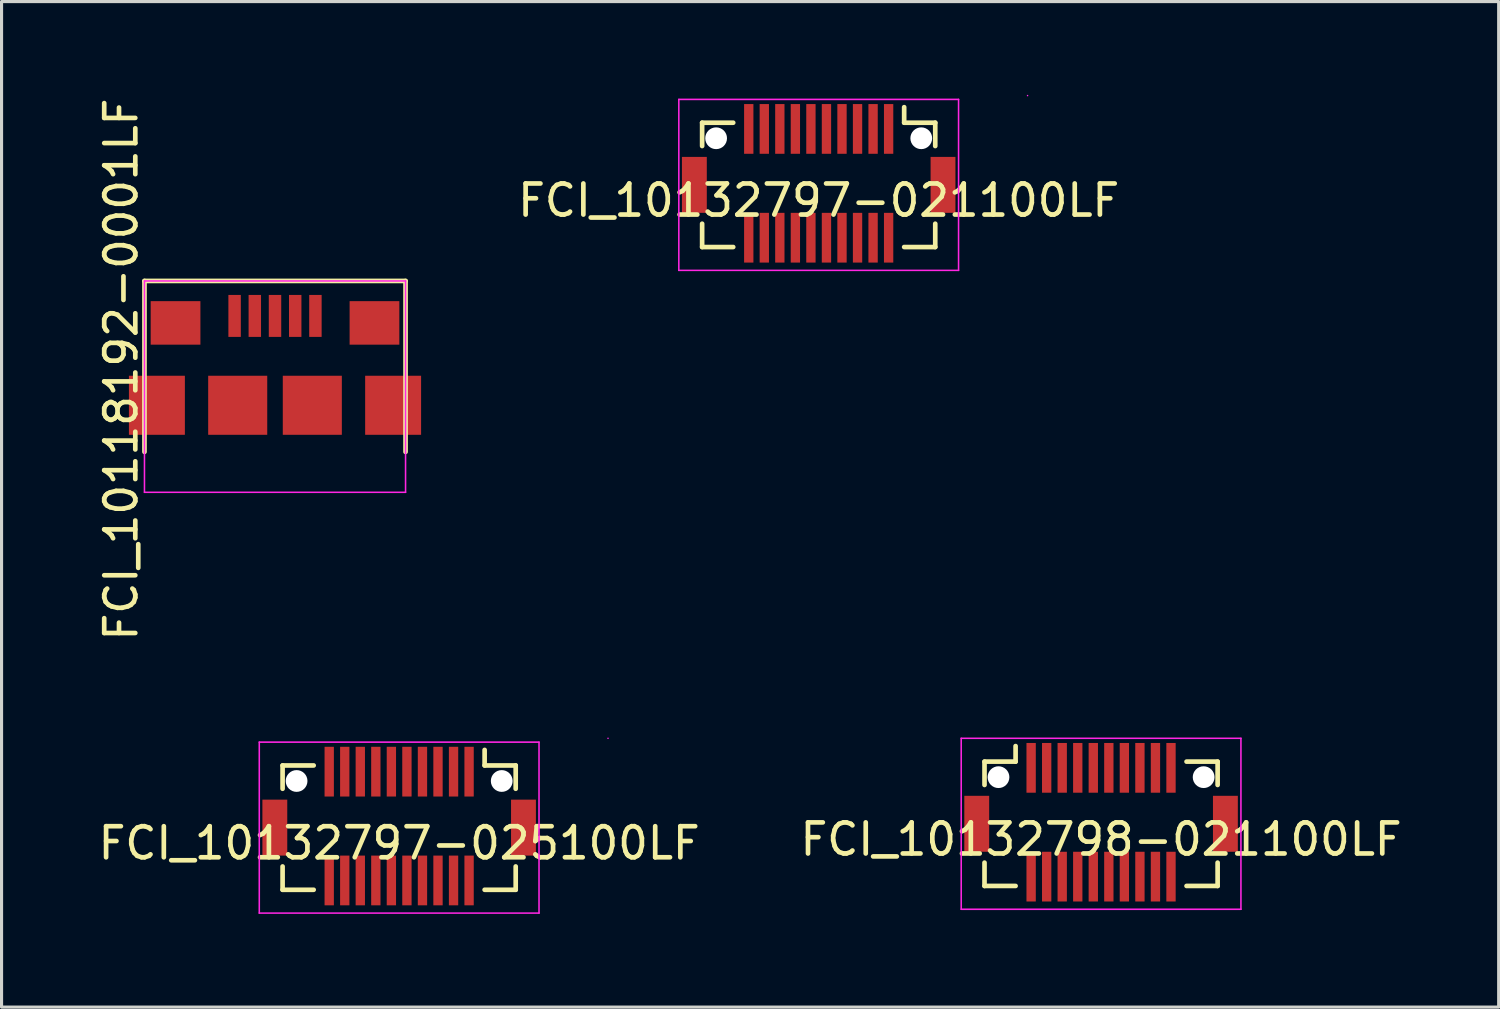
<source format=kicad_pcb>
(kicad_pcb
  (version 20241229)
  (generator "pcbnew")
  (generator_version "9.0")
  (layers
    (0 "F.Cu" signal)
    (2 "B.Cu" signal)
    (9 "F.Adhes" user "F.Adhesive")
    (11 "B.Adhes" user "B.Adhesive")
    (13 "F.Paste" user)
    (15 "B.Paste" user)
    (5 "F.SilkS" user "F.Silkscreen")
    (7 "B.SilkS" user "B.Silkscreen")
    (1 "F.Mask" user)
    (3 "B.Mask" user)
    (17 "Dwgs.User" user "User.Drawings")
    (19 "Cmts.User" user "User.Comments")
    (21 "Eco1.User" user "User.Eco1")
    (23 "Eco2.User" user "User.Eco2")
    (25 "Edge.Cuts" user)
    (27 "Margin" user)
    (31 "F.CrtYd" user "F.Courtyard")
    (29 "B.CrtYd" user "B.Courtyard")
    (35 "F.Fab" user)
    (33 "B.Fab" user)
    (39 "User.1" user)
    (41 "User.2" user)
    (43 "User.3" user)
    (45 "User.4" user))
  (footprint "FCI_10132797-021100LF"
    (layer "F.Cu")
    (at 23.29 2.898)
    (property "Reference" "FCI_10132797-021100LF" (at 0 0.5 0) (layer "F.SilkS") (effects (font (size 1 1) (thickness 0.15))))
    (attr through_hole)
    (fp_line (start -3.75 -2) (end -2.75 -2) (stroke (width 0.15) (type solid)) (layer "F.SilkS"))
    (fp_line (start -3.75 -1.25) (end -3.75 -2) (stroke (width 0.15) (type solid)) (layer "F.SilkS"))
    (fp_line (start -3.75 2) (end -3.75 1.25) (stroke (width 0.15) (type solid)) (layer "F.SilkS"))
    (fp_line (start -2.75 2) (end -3.75 2) (stroke (width 0.15) (type solid)) (layer "F.SilkS"))
    (fp_line (start 2.75 -2) (end 2.75 -2.5) (stroke (width 0.15) (type solid)) (layer "F.SilkS"))
    (fp_line (start 2.75 -2) (end 3.75 -2) (stroke (width 0.15) (type solid)) (layer "F.SilkS"))
    (fp_line (start 2.75 2) (end 3.75 2) (stroke (width 0.15) (type solid)) (layer "F.SilkS"))
    (fp_line (start 3.75 -2) (end 3.75 -1.25) (stroke (width 0.15) (type solid)) (layer "F.SilkS"))
    (fp_line (start 3.75 2) (end 3.75 1.25) (stroke (width 0.15) (type solid)) (layer "F.SilkS"))
    (fp_line (start -4.5 -2.75) (end 4.5 -2.75) (stroke (width 0.05) (type solid)) (layer "F.CrtYd"))
    (fp_line (start -4.5 2.75) (end -4.5 -2.75) (stroke (width 0.05) (type solid)) (layer "F.CrtYd"))
    (fp_line (start 4.5 -2.75) (end 4.5 2.75) (stroke (width 0.05) (type solid)) (layer "F.CrtYd"))
    (fp_line (start 4.5 2.75) (end -4.5 2.75) (stroke (width 0.05) (type solid)) (layer "F.CrtYd"))
    (fp_line (start 6.72 -2.873) (end 6.72 -2.873) (stroke (width 0.05) (type solid)) (layer "F.CrtYd"))
    (pad "" smd rect (at -4 0) (size 0.8 1.8) (layers "F.Cu" "F.Mask" "F.Paste"))
    (pad "" np_thru_hole circle (at -3.3 -1.5) (size 0.7 0.7) (drill 0.7) (layers "*.Cu" "*.Mask"))
    (pad "" np_thru_hole circle (at 3.3 -1.5) (size 0.7 0.7) (drill 0.7) (layers "*.Cu" "*.Mask"))
    (pad "" smd rect (at 4 0) (size 0.8 1.8) (layers "F.Cu" "F.Mask" "F.Paste"))
    (pad "1" smd rect (at 2.25 -1.8) (size 0.3 1.6) (layers "F.Cu" "F.Mask" "F.Paste"))
    (pad "2" smd rect (at 2.25 1.7) (size 0.3 1.6) (layers "F.Cu" "F.Mask" "F.Paste"))
    (pad "3" smd rect (at 1.75 -1.8) (size 0.3 1.6) (layers "F.Cu" "F.Mask" "F.Paste"))
    (pad "4" smd rect (at 1.75 1.7) (size 0.3 1.6) (layers "F.Cu" "F.Mask" "F.Paste"))
    (pad "5" smd rect (at 1.25 -1.8) (size 0.3 1.6) (layers "F.Cu" "F.Mask" "F.Paste"))
    (pad "6" smd rect (at 1.25 1.7) (size 0.3 1.6) (layers "F.Cu" "F.Mask" "F.Paste"))
    (pad "7" smd rect (at 0.75 -1.8) (size 0.3 1.6) (layers "F.Cu" "F.Mask" "F.Paste"))
    (pad "8" smd rect (at 0.75 1.7) (size 0.3 1.6) (layers "F.Cu" "F.Mask" "F.Paste"))
    (pad "9" smd rect (at 0.25 -1.8) (size 0.3 1.6) (layers "F.Cu" "F.Mask" "F.Paste"))
    (pad "10" smd rect (at 0.25 1.7) (size 0.3 1.6) (layers "F.Cu" "F.Mask" "F.Paste"))
    (pad "11" smd rect (at -0.25 -1.8) (size 0.3 1.6) (layers "F.Cu" "F.Mask" "F.Paste"))
    (pad "12" smd rect (at -0.25 1.7) (size 0.3 1.6) (layers "F.Cu" "F.Mask" "F.Paste"))
    (pad "13" smd rect (at -0.75 -1.8) (size 0.3 1.6) (layers "F.Cu" "F.Mask" "F.Paste"))
    (pad "14" smd rect (at -0.75 1.7) (size 0.3 1.6) (layers "F.Cu" "F.Mask" "F.Paste"))
    (pad "15" smd rect (at -1.25 -1.8) (size 0.3 1.6) (layers "F.Cu" "F.Mask" "F.Paste"))
    (pad "16" smd rect (at -1.25 1.7) (size 0.3 1.6) (layers "F.Cu" "F.Mask" "F.Paste"))
    (pad "17" smd rect (at -1.75 -1.8) (size 0.3 1.6) (layers "F.Cu" "F.Mask" "F.Paste"))
    (pad "18" smd rect (at -1.75 1.7) (size 0.3 1.6) (layers "F.Cu" "F.Mask" "F.Paste"))
    (pad "19" smd rect (at -2.25 -1.8) (size 0.3 1.6) (layers "F.Cu" "F.Mask" "F.Paste"))
    (pad "20" smd rect (at -2.25 1.7) (size 0.3 1.6) (layers "F.Cu" "F.Mask" "F.Paste")))
  (footprint "FCI_10118192-0001LF"
    (layer "F.Cu")
    (at 5.798 9.989)
    (property "Reference" "FCI_10118192-0001LF" (at -4.95 -1.15 270) (layer "F.SilkS") (effects (font (size 1 1) (thickness 0.15))))
    (attr through_hole)
    (fp_line (start -4.2 -4) (end -4.2 1.5) (stroke (width 0.15) (type solid)) (layer "F.SilkS"))
    (fp_line (start 4.2 -4) (end -4.2 -4) (stroke (width 0.15) (type solid)) (layer "F.SilkS"))
    (fp_line (start 4.2 1.5) (end 4.2 -4) (stroke (width 0.15) (type solid)) (layer "F.SilkS"))
    (fp_line (start -4.2 -4) (end 4.2 -4) (stroke (width 0.05) (type solid)) (layer "F.CrtYd"))
    (fp_line (start -4.2 2.8) (end -4.2 -4) (stroke (width 0.05) (type solid)) (layer "F.CrtYd"))
    (fp_line (start 4.2 -4) (end 4.2 2.8) (stroke (width 0.05) (type solid)) (layer "F.CrtYd"))
    (fp_line (start 4.2 2.8) (end -4.2 2.8) (stroke (width 0.05) (type solid)) (layer "F.CrtYd"))
    (pad "1" smd rect (at -1.3 -2.875) (size 0.4 1.35) (layers "F.Cu" "F.Mask" "F.Paste"))
    (pad "2" smd rect (at -0.65 -2.875) (size 0.4 1.35) (layers "F.Cu" "F.Mask" "F.Paste"))
    (pad "3" smd rect (at 0 -2.875) (size 0.4 1.35) (layers "F.Cu" "F.Mask" "F.Paste"))
    (pad "4" smd rect (at 0.65 -2.875) (size 0.4 1.35) (layers "F.Cu" "F.Mask" "F.Paste"))
    (pad "5" smd rect (at 1.3 -2.875) (size 0.4 1.35) (layers "F.Cu" "F.Mask" "F.Paste"))
    (pad "SH" smd rect (at -3.8 0) (size 1.8 1.9) (layers "F.Cu" "F.Mask" "F.Paste"))
    (pad "SH" smd rect (at -3.2 -2.65) (size 1.6 1.4) (layers "F.Cu" "F.Mask" "F.Paste"))
    (pad "SH" smd rect (at -1.2 0) (size 1.9 1.9) (layers "F.Cu" "F.Mask" "F.Paste"))
    (pad "SH" smd rect (at 1.2 0) (size 1.9 1.9) (layers "F.Cu" "F.Mask" "F.Paste"))
    (pad "SH" smd rect (at 3.2 -2.65) (size 1.6 1.4) (layers "F.Cu" "F.Mask" "F.Paste"))
    (pad "SH" smd rect (at 3.8 0) (size 1.8 1.9) (layers "F.Cu" "F.Mask" "F.Paste")))
  (footprint "FCI_10132797-025100LF"
    (layer "F.Cu")
    (at 9.792 23.577)
    (property "Reference" "FCI_10132797-025100LF" (at 0 0.5 0) (layer "F.SilkS") (effects (font (size 1 1) (thickness 0.15))))
    (attr through_hole)
    (fp_line (start -3.75 -2) (end -2.75 -2) (stroke (width 0.15) (type solid)) (layer "F.SilkS"))
    (fp_line (start -3.75 -1.25) (end -3.75 -2) (stroke (width 0.15) (type solid)) (layer "F.SilkS"))
    (fp_line (start -3.75 2) (end -3.75 1.25) (stroke (width 0.15) (type solid)) (layer "F.SilkS"))
    (fp_line (start -2.75 2) (end -3.75 2) (stroke (width 0.15) (type solid)) (layer "F.SilkS"))
    (fp_line (start 2.75 -2) (end 2.75 -2.5) (stroke (width 0.15) (type solid)) (layer "F.SilkS"))
    (fp_line (start 2.75 -2) (end 3.75 -2) (stroke (width 0.15) (type solid)) (layer "F.SilkS"))
    (fp_line (start 2.75 2) (end 3.75 2) (stroke (width 0.15) (type solid)) (layer "F.SilkS"))
    (fp_line (start 3.75 -2) (end 3.75 -1.25) (stroke (width 0.15) (type solid)) (layer "F.SilkS"))
    (fp_line (start 3.75 2) (end 3.75 1.25) (stroke (width 0.15) (type solid)) (layer "F.SilkS"))
    (fp_line (start -4.5 -2.75) (end 4.5 -2.75) (stroke (width 0.05) (type solid)) (layer "F.CrtYd"))
    (fp_line (start -4.5 2.75) (end -4.5 -2.75) (stroke (width 0.05) (type solid)) (layer "F.CrtYd"))
    (fp_line (start 4.5 -2.75) (end 4.5 2.75) (stroke (width 0.05) (type solid)) (layer "F.CrtYd"))
    (fp_line (start 4.5 2.75) (end -4.5 2.75) (stroke (width 0.05) (type solid)) (layer "F.CrtYd"))
    (fp_line (start 6.72 -2.873) (end 6.72 -2.873) (stroke (width 0.05) (type solid)) (layer "F.CrtYd"))
    (pad "" smd rect (at -4 0) (size 0.8 1.8) (layers "F.Cu" "F.Mask" "F.Paste"))
    (pad "" np_thru_hole circle (at -3.3 -1.5) (size 0.7 0.7) (drill 0.7) (layers "*.Cu" "*.Mask"))
    (pad "" np_thru_hole circle (at 3.3 -1.5) (size 0.7 0.7) (drill 0.7) (layers "*.Cu" "*.Mask"))
    (pad "" smd rect (at 4 0) (size 0.8 1.8) (layers "F.Cu" "F.Mask" "F.Paste"))
    (pad "1" smd rect (at 2.25 -1.8) (size 0.3 1.6) (layers "F.Cu" "F.Mask" "F.Paste"))
    (pad "2" smd rect (at 2.25 1.7) (size 0.3 1.6) (layers "F.Cu" "F.Mask" "F.Paste"))
    (pad "3" smd rect (at 1.75 -1.8) (size 0.3 1.6) (layers "F.Cu" "F.Mask" "F.Paste"))
    (pad "4" smd rect (at 1.75 1.7) (size 0.3 1.6) (layers "F.Cu" "F.Mask" "F.Paste"))
    (pad "5" smd rect (at 1.25 -1.8) (size 0.3 1.6) (layers "F.Cu" "F.Mask" "F.Paste"))
    (pad "6" smd rect (at 1.25 1.7) (size 0.3 1.6) (layers "F.Cu" "F.Mask" "F.Paste"))
    (pad "7" smd rect (at 0.75 -1.8) (size 0.3 1.6) (layers "F.Cu" "F.Mask" "F.Paste"))
    (pad "8" smd rect (at 0.75 1.7) (size 0.3 1.6) (layers "F.Cu" "F.Mask" "F.Paste"))
    (pad "9" smd rect (at 0.25 -1.8) (size 0.3 1.6) (layers "F.Cu" "F.Mask" "F.Paste"))
    (pad "10" smd rect (at 0.25 1.7) (size 0.3 1.6) (layers "F.Cu" "F.Mask" "F.Paste"))
    (pad "11" smd rect (at -0.25 -1.8) (size 0.3 1.6) (layers "F.Cu" "F.Mask" "F.Paste"))
    (pad "12" smd rect (at -0.25 1.7) (size 0.3 1.6) (layers "F.Cu" "F.Mask" "F.Paste"))
    (pad "13" smd rect (at -0.75 -1.8) (size 0.3 1.6) (layers "F.Cu" "F.Mask" "F.Paste"))
    (pad "14" smd rect (at -0.75 1.7) (size 0.3 1.6) (layers "F.Cu" "F.Mask" "F.Paste"))
    (pad "15" smd rect (at -1.25 -1.8) (size 0.3 1.6) (layers "F.Cu" "F.Mask" "F.Paste"))
    (pad "16" smd rect (at -1.25 1.7) (size 0.3 1.6) (layers "F.Cu" "F.Mask" "F.Paste"))
    (pad "17" smd rect (at -1.75 -1.8) (size 0.3 1.6) (layers "F.Cu" "F.Mask" "F.Paste"))
    (pad "18" smd rect (at -1.75 1.7) (size 0.3 1.6) (layers "F.Cu" "F.Mask" "F.Paste"))
    (pad "19" smd rect (at -2.25 -1.8) (size 0.3 1.6) (layers "F.Cu" "F.Mask" "F.Paste"))
    (pad "20" smd rect (at -2.25 1.7) (size 0.3 1.6) (layers "F.Cu" "F.Mask" "F.Paste")))
  (footprint "FCI_10132798-021100LF"
    (layer "F.Cu")
    (at 32.375 23.454)
    (property "Reference" "FCI_10132798-021100LF" (at 0 0.5 0) (layer "F.SilkS") (effects (font (size 1 1) (thickness 0.15))))
    (attr through_hole)
    (fp_line (start -3.75 -2) (end -2.75 -2) (stroke (width 0.15) (type solid)) (layer "F.SilkS"))
    (fp_line (start -3.75 -1.25) (end -3.75 -2) (stroke (width 0.15) (type solid)) (layer "F.SilkS"))
    (fp_line (start -3.75 2) (end -3.75 1.25) (stroke (width 0.15) (type solid)) (layer "F.SilkS"))
    (fp_line (start -2.75 -2) (end -2.75 -2.5) (stroke (width 0.15) (type solid)) (layer "F.SilkS"))
    (fp_line (start -2.75 2) (end -3.75 2) (stroke (width 0.15) (type solid)) (layer "F.SilkS"))
    (fp_line (start 2.75 -2) (end 3.75 -2) (stroke (width 0.15) (type solid)) (layer "F.SilkS"))
    (fp_line (start 2.75 2) (end 3.75 2) (stroke (width 0.15) (type solid)) (layer "F.SilkS"))
    (fp_line (start 3.75 -2) (end 3.75 -1.25) (stroke (width 0.15) (type solid)) (layer "F.SilkS"))
    (fp_line (start 3.75 2) (end 3.75 1.25) (stroke (width 0.15) (type solid)) (layer "F.SilkS"))
    (fp_line (start -4.5 -2.75) (end 4.5 -2.75) (stroke (width 0.05) (type solid)) (layer "F.CrtYd"))
    (fp_line (start -4.5 2.75) (end -4.5 -2.75) (stroke (width 0.05) (type solid)) (layer "F.CrtYd"))
    (fp_line (start 4.5 -2.75) (end 4.5 2.75) (stroke (width 0.05) (type solid)) (layer "F.CrtYd"))
    (fp_line (start 4.5 2.75) (end -4.5 2.75) (stroke (width 0.05) (type solid)) (layer "F.CrtYd"))
    (pad "" smd rect (at -4 0) (size 0.8 1.8) (layers "F.Cu" "F.Mask" "F.Paste"))
    (pad "" np_thru_hole circle (at -3.3 -1.5) (size 0.7 0.7) (drill 0.7) (layers "*.Cu" "*.Mask"))
    (pad "" np_thru_hole circle (at 3.3 -1.5) (size 0.7 0.7) (drill 0.7) (layers "*.Cu" "*.Mask"))
    (pad "" smd rect (at 4 0) (size 0.8 1.8) (layers "F.Cu" "F.Mask" "F.Paste"))
    (pad "1" smd rect (at -2.25 -1.8) (size 0.3 1.6) (layers "F.Cu" "F.Mask" "F.Paste"))
    (pad "2" smd rect (at -2.25 1.7) (size 0.3 1.6) (layers "F.Cu" "F.Mask" "F.Paste"))
    (pad "3" smd rect (at -1.75 -1.8) (size 0.3 1.6) (layers "F.Cu" "F.Mask" "F.Paste"))
    (pad "4" smd rect (at -1.75 1.7) (size 0.3 1.6) (layers "F.Cu" "F.Mask" "F.Paste"))
    (pad "5" smd rect (at -1.25 -1.8) (size 0.3 1.6) (layers "F.Cu" "F.Mask" "F.Paste"))
    (pad "6" smd rect (at -1.25 1.7) (size 0.3 1.6) (layers "F.Cu" "F.Mask" "F.Paste"))
    (pad "7" smd rect (at -0.75 -1.8) (size 0.3 1.6) (layers "F.Cu" "F.Mask" "F.Paste"))
    (pad "8" smd rect (at -0.75 1.7) (size 0.3 1.6) (layers "F.Cu" "F.Mask" "F.Paste"))
    (pad "9" smd rect (at -0.25 -1.8) (size 0.3 1.6) (layers "F.Cu" "F.Mask" "F.Paste"))
    (pad "10" smd rect (at -0.25 1.7) (size 0.3 1.6) (layers "F.Cu" "F.Mask" "F.Paste"))
    (pad "11" smd rect (at 0.25 -1.8) (size 0.3 1.6) (layers "F.Cu" "F.Mask" "F.Paste"))
    (pad "12" smd rect (at 0.25 1.7) (size 0.3 1.6) (layers "F.Cu" "F.Mask" "F.Paste"))
    (pad "13" smd rect (at 0.75 -1.8) (size 0.3 1.6) (layers "F.Cu" "F.Mask" "F.Paste"))
    (pad "14" smd rect (at 0.75 1.7) (size 0.3 1.6) (layers "F.Cu" "F.Mask" "F.Paste"))
    (pad "15" smd rect (at 1.25 -1.8) (size 0.3 1.6) (layers "F.Cu" "F.Mask" "F.Paste"))
    (pad "16" smd rect (at 1.25 1.7) (size 0.3 1.6) (layers "F.Cu" "F.Mask" "F.Paste"))
    (pad "17" smd rect (at 1.75 -1.8) (size 0.3 1.6) (layers "F.Cu" "F.Mask" "F.Paste"))
    (pad "18" smd rect (at 1.75 1.7) (size 0.3 1.6) (layers "F.Cu" "F.Mask" "F.Paste"))
    (pad "19" smd rect (at 2.25 -1.8) (size 0.3 1.6) (layers "F.Cu" "F.Mask" "F.Paste"))
    (pad "20" smd rect (at 2.25 1.7) (size 0.3 1.6) (layers "F.Cu" "F.Mask" "F.Paste")))
  (gr_rect
    (start -3 -3)
    (end 45.167 29.352)
    (stroke (width 0.1) (type default))
    (fill no)
    (layer "Edge.Cuts")))
</source>
